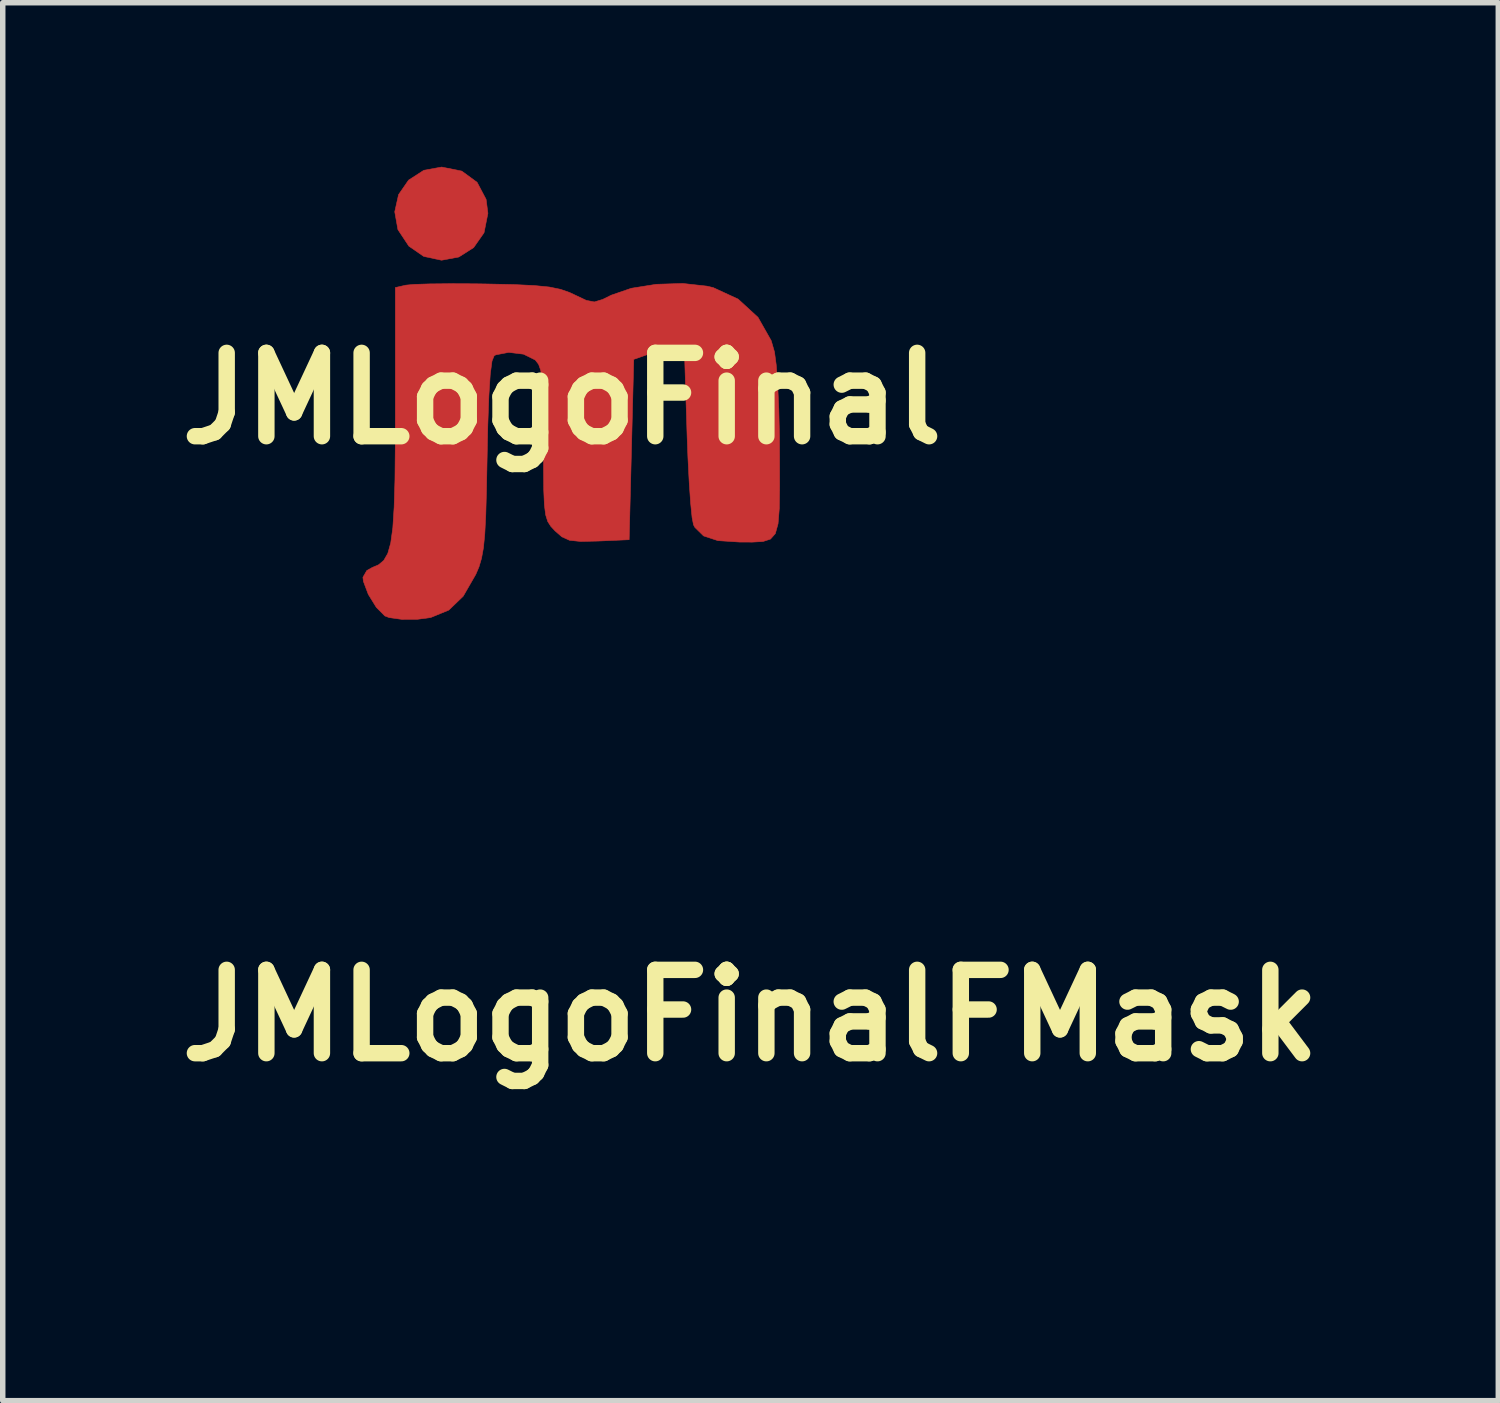
<source format=kicad_pcb>
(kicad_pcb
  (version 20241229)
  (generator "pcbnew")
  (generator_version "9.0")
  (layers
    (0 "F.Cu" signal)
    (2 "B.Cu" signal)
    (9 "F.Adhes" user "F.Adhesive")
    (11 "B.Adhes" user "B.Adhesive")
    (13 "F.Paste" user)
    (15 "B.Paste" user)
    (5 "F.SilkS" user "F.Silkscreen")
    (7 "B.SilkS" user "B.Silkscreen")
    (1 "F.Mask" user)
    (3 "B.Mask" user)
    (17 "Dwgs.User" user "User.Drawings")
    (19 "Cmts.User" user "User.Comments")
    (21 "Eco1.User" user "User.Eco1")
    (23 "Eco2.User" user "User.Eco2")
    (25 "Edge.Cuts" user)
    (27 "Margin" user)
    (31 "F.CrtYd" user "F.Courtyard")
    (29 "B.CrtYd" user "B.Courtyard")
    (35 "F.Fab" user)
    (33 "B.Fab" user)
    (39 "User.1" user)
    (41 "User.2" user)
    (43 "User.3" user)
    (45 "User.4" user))
  (footprint "JMLogoFinal"
    (layer "F.Cu")
    (at 7.228 4.238)
    (property "Reference" "JMLogoFinal" (at 0 0 0) (layer "F.SilkS") (effects (font (size 1.524 1.524) (thickness 0.3))))
    (attr through_hole)
    (fp_poly (pts (xy -1.833 -4.159) (xy -1.553 -3.954) (xy -1.388 -3.642) (xy -1.355 -3.387) (xy -1.426 -3.032) (xy -1.616 -2.76) (xy -1.887 -2.588) (xy -2.203 -2.529) (xy -2.529 -2.599) (xy -2.801 -2.787) (xy -3.001 -3.089) (xy -3.059 -3.415) (xy -2.989 -3.729) (xy -2.806 -3.994) (xy -2.527 -4.174) (xy -2.201 -4.233) (xy -1.833 -4.159)) (stroke (width 0.01) (type solid)) (fill yes) (layer "F.Cu"))
    (fp_poly (pts (xy 2.653 -2.055) (xy 2.766 -2.028) (xy 3.221 -1.818) (xy 3.584 -1.485) (xy 3.826 -1.058) (xy 3.886 -0.851) (xy 3.917 -0.619) (xy 3.944 -0.257) (xy 3.965 0.196) (xy 3.977 0.702) (xy 3.979 1.053) (xy 3.98 1.605) (xy 3.974 2.01) (xy 3.951 2.291) (xy 3.901 2.471) (xy 3.812 2.571) (xy 3.676 2.615) (xy 3.48 2.626) (xy 3.247 2.625) (xy 2.851 2.599) (xy 2.589 2.513) (xy 2.43 2.357) (xy 2.405 2.31) (xy 2.379 2.178) (xy 2.352 1.908) (xy 2.326 1.532) (xy 2.303 1.081) (xy 2.289 0.721) (xy 2.244 -0.716) (xy 2.011 -0.798) (xy 1.676 -0.83) (xy 1.545 -0.798) (xy 1.312 -0.716) (xy 1.27 0.933) (xy 1.228 2.582) (xy 0.656 2.607) (xy 0.34 2.614) (xy 0.138 2.593) (xy -0.003 2.529) (xy -0.127 2.421) (xy -0.205 2.337) (xy -0.261 2.249) (xy -0.299 2.128) (xy -0.322 1.947) (xy -0.334 1.677) (xy -0.338 1.291) (xy -0.339 0.821) (xy -0.34 0.299) (xy -0.348 -0.08) (xy -0.363 -0.343) (xy -0.389 -0.516) (xy -0.428 -0.625) (xy -0.483 -0.697) (xy -0.494 -0.707) (xy -0.704 -0.811) (xy -0.974 -0.844) (xy -1.21 -0.799) (xy -1.241 -0.782) (xy -1.28 -0.686) (xy -1.312 -0.446) (xy -1.337 -0.057) (xy -1.357 0.489) (xy -1.369 1.059) (xy -1.381 1.665) (xy -1.394 2.128) (xy -1.412 2.474) (xy -1.437 2.731) (xy -1.472 2.923) (xy -1.518 3.079) (xy -1.577 3.217) (xy -1.807 3.616) (xy -2.071 3.87) (xy -2.401 4.005) (xy -2.645 4.038) (xy -2.928 4.039) (xy -3.159 4.007) (xy -3.239 3.977) (xy -3.396 3.819) (xy -3.543 3.581) (xy -3.632 3.344) (xy -3.641 3.27) (xy -3.57 3.146) (xy -3.47 3.09) (xy -3.353 3.04) (xy -3.259 2.96) (xy -3.186 2.833) (xy -3.132 2.64) (xy -3.094 2.364) (xy -3.07 1.986) (xy -3.055 1.489) (xy -3.049 0.855) (xy -3.048 0.26) (xy -3.048 -2.029) (xy -2.857 -2.073) (xy -2.708 -2.087) (xy -2.424 -2.096) (xy -2.042 -2.1) (xy -1.597 -2.098) (xy -1.397 -2.095) (xy -0.884 -2.084) (xy -0.506 -2.066) (xy -0.232 -2.039) (xy -0.027 -1.997) (xy 0.141 -1.938) (xy 0.224 -1.899) (xy 0.444 -1.795) (xy 0.591 -1.766) (xy 0.743 -1.812) (xy 0.901 -1.89) (xy 1.266 -2.016) (xy 1.724 -2.089) (xy 2.209 -2.104) (xy 2.653 -2.055)) (stroke (width 0.01) (type solid)) (fill yes) (layer "F.Cu"))
    (pad "1" smd circle (at -2.286 -3.302) (size 1 1) (layers "F.Cu"))
    (pad "2" smd circle (at 0.508 -0.762) (size 1 1) (layers "F.Cu")))
  (footprint "JMLogoFinalFMask"
    (layer "F.Cu")
    (at 10.675 15.521)
    (property "Reference" "JMLogoFinalFMask" (at 0 0 0) (layer "F.SilkS") (effects (font (size 1.524 1.524) (thickness 0.3))))
    (attr through_hole)
    (fp_poly (pts (xy -1.833 -4.159) (xy -1.553 -3.954) (xy -1.388 -3.642) (xy -1.355 -3.387) (xy -1.426 -3.032) (xy -1.616 -2.76) (xy -1.887 -2.588) (xy -2.203 -2.529) (xy -2.529 -2.599) (xy -2.801 -2.787) (xy -3.001 -3.089) (xy -3.059 -3.415) (xy -2.989 -3.729) (xy -2.806 -3.994) (xy -2.527 -4.174) (xy -2.201 -4.233) (xy -1.833 -4.159)) (stroke (width 0.01) (type solid)) (fill yes) (layer "F.Mask"))
    (fp_poly (pts (xy 2.653 -2.055) (xy 2.766 -2.028) (xy 3.221 -1.818) (xy 3.584 -1.485) (xy 3.826 -1.058) (xy 3.886 -0.851) (xy 3.917 -0.619) (xy 3.944 -0.257) (xy 3.965 0.196) (xy 3.977 0.702) (xy 3.979 1.053) (xy 3.98 1.605) (xy 3.974 2.01) (xy 3.951 2.291) (xy 3.901 2.471) (xy 3.812 2.571) (xy 3.676 2.615) (xy 3.48 2.626) (xy 3.247 2.625) (xy 2.851 2.599) (xy 2.589 2.513) (xy 2.43 2.357) (xy 2.405 2.31) (xy 2.379 2.178) (xy 2.352 1.908) (xy 2.326 1.532) (xy 2.303 1.081) (xy 2.289 0.721) (xy 2.244 -0.716) (xy 2.011 -0.798) (xy 1.676 -0.83) (xy 1.545 -0.798) (xy 1.312 -0.716) (xy 1.27 0.933) (xy 1.228 2.582) (xy 0.656 2.607) (xy 0.34 2.614) (xy 0.138 2.593) (xy -0.003 2.529) (xy -0.127 2.421) (xy -0.205 2.337) (xy -0.261 2.249) (xy -0.299 2.128) (xy -0.322 1.947) (xy -0.334 1.677) (xy -0.338 1.291) (xy -0.339 0.821) (xy -0.34 0.299) (xy -0.348 -0.08) (xy -0.363 -0.343) (xy -0.389 -0.516) (xy -0.428 -0.625) (xy -0.483 -0.697) (xy -0.494 -0.707) (xy -0.704 -0.811) (xy -0.974 -0.844) (xy -1.21 -0.799) (xy -1.241 -0.782) (xy -1.28 -0.686) (xy -1.312 -0.446) (xy -1.337 -0.057) (xy -1.357 0.489) (xy -1.369 1.059) (xy -1.381 1.665) (xy -1.394 2.128) (xy -1.412 2.474) (xy -1.437 2.731) (xy -1.472 2.923) (xy -1.518 3.079) (xy -1.577 3.217) (xy -1.807 3.616) (xy -2.071 3.87) (xy -2.401 4.005) (xy -2.645 4.038) (xy -2.928 4.039) (xy -3.159 4.007) (xy -3.239 3.977) (xy -3.396 3.819) (xy -3.543 3.581) (xy -3.632 3.344) (xy -3.641 3.27) (xy -3.57 3.146) (xy -3.47 3.09) (xy -3.353 3.04) (xy -3.259 2.96) (xy -3.186 2.833) (xy -3.132 2.64) (xy -3.094 2.364) (xy -3.07 1.986) (xy -3.055 1.489) (xy -3.049 0.855) (xy -3.048 0.26) (xy -3.048 -2.029) (xy -2.857 -2.073) (xy -2.708 -2.087) (xy -2.424 -2.096) (xy -2.042 -2.1) (xy -1.597 -2.098) (xy -1.397 -2.095) (xy -0.884 -2.084) (xy -0.506 -2.066) (xy -0.232 -2.039) (xy -0.027 -1.997) (xy 0.141 -1.938) (xy 0.224 -1.899) (xy 0.444 -1.795) (xy 0.591 -1.766) (xy 0.743 -1.812) (xy 0.901 -1.89) (xy 1.266 -2.016) (xy 1.724 -2.089) (xy 2.209 -2.104) (xy 2.653 -2.055)) (stroke (width 0.01) (type solid)) (fill yes) (layer "F.Mask"))
    (pad "" smd circle (at -2.286 -3.302) (size 1 1) (layers "F.Mask"))
    (pad "" smd circle (at 0.508 -0.762) (size 1 1) (layers "F.Mask")))
  (gr_rect
    (start -3 -3)
    (end 24.351 22.565)
    (stroke (width 0.1) (type default))
    (fill no)
    (layer "Edge.Cuts")))
</source>
